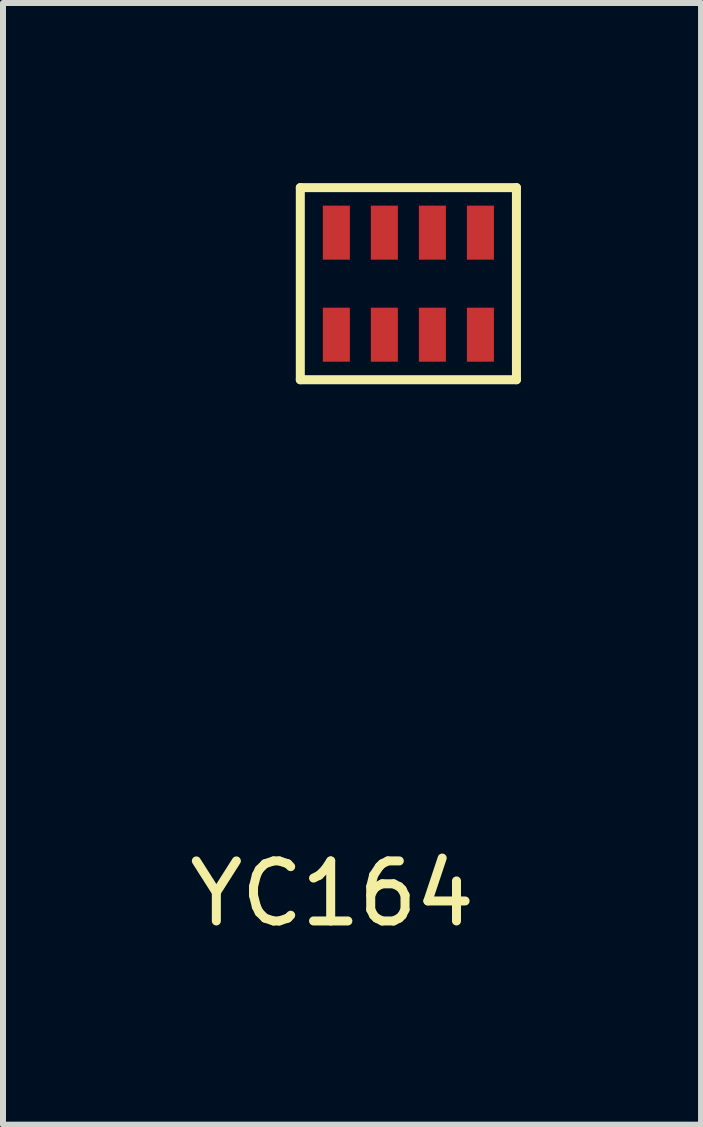
<source format=kicad_pcb>
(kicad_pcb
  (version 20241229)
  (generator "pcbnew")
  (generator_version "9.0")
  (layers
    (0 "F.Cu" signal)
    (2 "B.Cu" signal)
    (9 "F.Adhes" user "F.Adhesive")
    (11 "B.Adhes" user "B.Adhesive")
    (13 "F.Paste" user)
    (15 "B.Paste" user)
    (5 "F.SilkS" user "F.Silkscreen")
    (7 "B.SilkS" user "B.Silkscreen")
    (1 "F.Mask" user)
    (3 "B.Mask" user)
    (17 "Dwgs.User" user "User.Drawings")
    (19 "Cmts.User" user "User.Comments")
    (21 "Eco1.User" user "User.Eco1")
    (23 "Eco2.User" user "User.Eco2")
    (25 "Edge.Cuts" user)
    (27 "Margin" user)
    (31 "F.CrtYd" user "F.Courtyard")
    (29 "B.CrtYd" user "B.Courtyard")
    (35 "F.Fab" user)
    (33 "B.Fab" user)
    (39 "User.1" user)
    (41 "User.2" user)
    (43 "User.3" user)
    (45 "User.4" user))
  (footprint "YC164"
    (layer "F.Cu")
    (at 3.752 1.675)
    (property "Reference" "YC164" (at -1.27 10.16 0) (layer "F.SilkS") (effects (font (size 1 1) (thickness 0.15))))
    (attr through_hole)
    (fp_line (start -1.8 -1.6) (end 1.8 -1.6) (stroke (width 0.15) (type solid)) (layer "F.SilkS"))
    (fp_line (start -1.8 1.6) (end -1.8 -1.6) (stroke (width 0.15) (type solid)) (layer "F.SilkS"))
    (fp_line (start 1.8 -1.6) (end 1.8 1.6) (stroke (width 0.15) (type solid)) (layer "F.SilkS"))
    (fp_line (start 1.8 1.6) (end -1.8 1.6) (stroke (width 0.15) (type solid)) (layer "F.SilkS"))
    (pad "1" smd rect (at -1.2 0.85) (size 0.45 0.9) (layers "F.Cu" "F.Mask" "F.Paste"))
    (pad "2" smd rect (at -0.4 0.85) (size 0.45 0.9) (layers "F.Cu" "F.Mask" "F.Paste"))
    (pad "3" smd rect (at 0.4 0.85) (size 0.45 0.9) (layers "F.Cu" "F.Mask" "F.Paste"))
    (pad "4" smd rect (at 1.2 0.85) (size 0.45 0.9) (layers "F.Cu" "F.Mask" "F.Paste"))
    (pad "5" smd rect (at 1.2 -0.85) (size 0.45 0.9) (layers "F.Cu" "F.Mask" "F.Paste"))
    (pad "6" smd rect (at 0.4 -0.85) (size 0.45 0.9) (layers "F.Cu" "F.Mask" "F.Paste"))
    (pad "7" smd rect (at -0.4 -0.85) (size 0.45 0.9) (layers "F.Cu" "F.Mask" "F.Paste"))
    (pad "8" smd rect (at -1.2 -0.85) (size 0.45 0.9) (layers "F.Cu" "F.Mask" "F.Paste")))
  (gr_rect
    (start -3 -3)
    (end 8.627 15.683)
    (stroke (width 0.1) (type default))
    (fill no)
    (layer "Edge.Cuts")))
</source>
